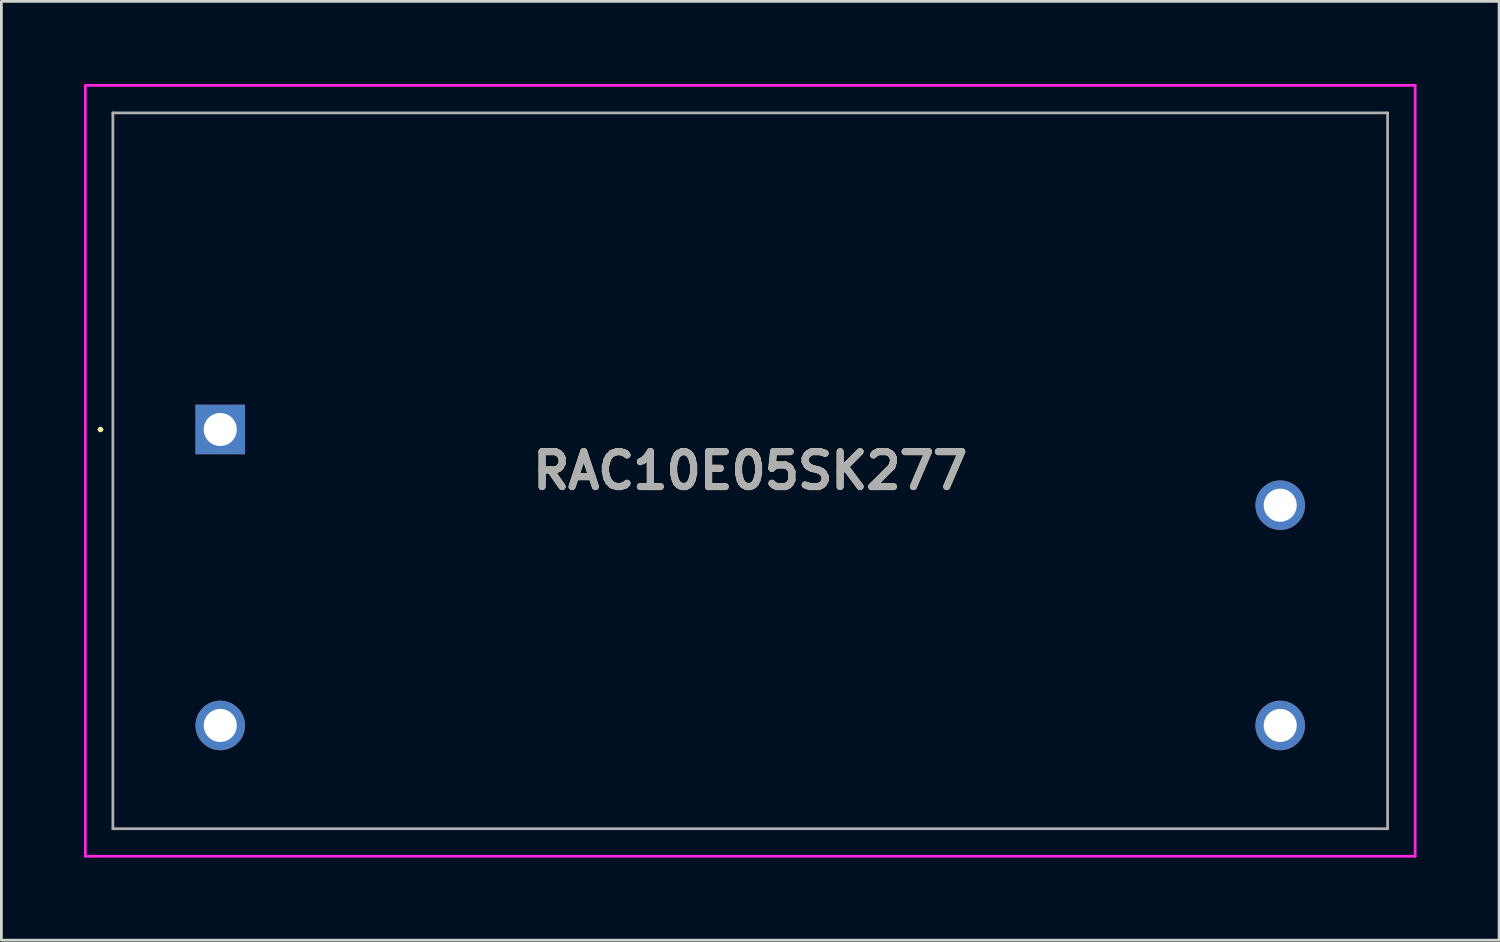
<source format=kicad_pcb>
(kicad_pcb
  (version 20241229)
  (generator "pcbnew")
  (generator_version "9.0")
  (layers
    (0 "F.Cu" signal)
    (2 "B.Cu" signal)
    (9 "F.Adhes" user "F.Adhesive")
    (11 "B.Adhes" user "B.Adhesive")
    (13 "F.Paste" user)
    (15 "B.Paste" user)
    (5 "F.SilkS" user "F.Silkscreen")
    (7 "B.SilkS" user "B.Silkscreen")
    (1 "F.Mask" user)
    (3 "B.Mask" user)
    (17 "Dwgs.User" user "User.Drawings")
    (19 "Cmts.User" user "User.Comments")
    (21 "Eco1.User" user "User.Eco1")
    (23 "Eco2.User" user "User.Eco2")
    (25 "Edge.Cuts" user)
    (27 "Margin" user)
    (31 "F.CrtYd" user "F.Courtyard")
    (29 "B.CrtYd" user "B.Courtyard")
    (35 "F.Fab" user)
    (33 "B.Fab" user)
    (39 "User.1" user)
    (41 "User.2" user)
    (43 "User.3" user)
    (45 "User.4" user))
  (footprint "RAC10E05SK277"
    (layer "F.Cu")
    (at 4.95 12.55)
    (property "Reference" "RAC10E05SK277" (at 19.25 1.5 0) (layer "F.SilkS") (effects (font (size 1.27 1.27) (thickness 0.254))))
    (attr through_hole)
    (fp_line (start -4.4 0) (end -4.4 0) (stroke (width 0.1) (type solid)) (layer "F.SilkS"))
    (fp_line (start -4.3 0) (end -4.3 0) (stroke (width 0.1) (type solid)) (layer "F.SilkS"))
    (fp_arc (start -4.4 0) (mid -4.35 -0.05) (end -4.3 0) (stroke (width 0.1) (type solid)) (layer "F.SilkS"))
    (fp_arc (start -4.3 0) (mid -4.35 0.05) (end -4.4 0) (stroke (width 0.1) (type solid)) (layer "F.SilkS"))
    (fp_line (start -4.9 -12.5) (end 43.4 -12.5) (stroke (width 0.1) (type solid)) (layer "F.CrtYd"))
    (fp_line (start -4.9 15.5) (end -4.9 -12.5) (stroke (width 0.1) (type solid)) (layer "F.CrtYd"))
    (fp_line (start 43.4 -12.5) (end 43.4 15.5) (stroke (width 0.1) (type solid)) (layer "F.CrtYd"))
    (fp_line (start 43.4 15.5) (end -4.9 15.5) (stroke (width 0.1) (type solid)) (layer "F.CrtYd"))
    (fp_line (start -3.9 -11.5) (end 42.4 -11.5) (stroke (width 0.1) (type solid)) (layer "F.Fab"))
    (fp_line (start -3.9 14.5) (end -3.9 -11.5) (stroke (width 0.1) (type solid)) (layer "F.Fab"))
    (fp_line (start 42.4 -11.5) (end 42.4 14.5) (stroke (width 0.1) (type solid)) (layer "F.Fab"))
    (fp_line (start 42.4 14.5) (end -3.9 14.5) (stroke (width 0.1) (type solid)) (layer "F.Fab"))
    (fp_text user "${REFERENCE}" (at 19.25 1.5 0) (layer "F.Fab") (effects (font (size 1.27 1.27) (thickness 0.254))))
    (pad "1" thru_hole rect (at 0 0) (size 1.8 1.8) (drill 1.2) (layers "*.Cu" "*.Mask"))
    (pad "2" thru_hole circle (at 0 10.75) (size 1.8 1.8) (drill 1.2) (layers "*.Cu" "*.Mask"))
    (pad "3" thru_hole circle (at 38.5 10.75) (size 1.8 1.8) (drill 1.2) (layers "*.Cu" "*.Mask"))
    (pad "4" thru_hole circle (at 38.5 2.75) (size 1.8 1.8) (drill 1.2) (layers "*.Cu" "*.Mask")))
  (gr_rect
    (start -3 -3)
    (end 51.4 31.1)
    (stroke (width 0.1) (type default))
    (fill no)
    (layer "Edge.Cuts")))
</source>
